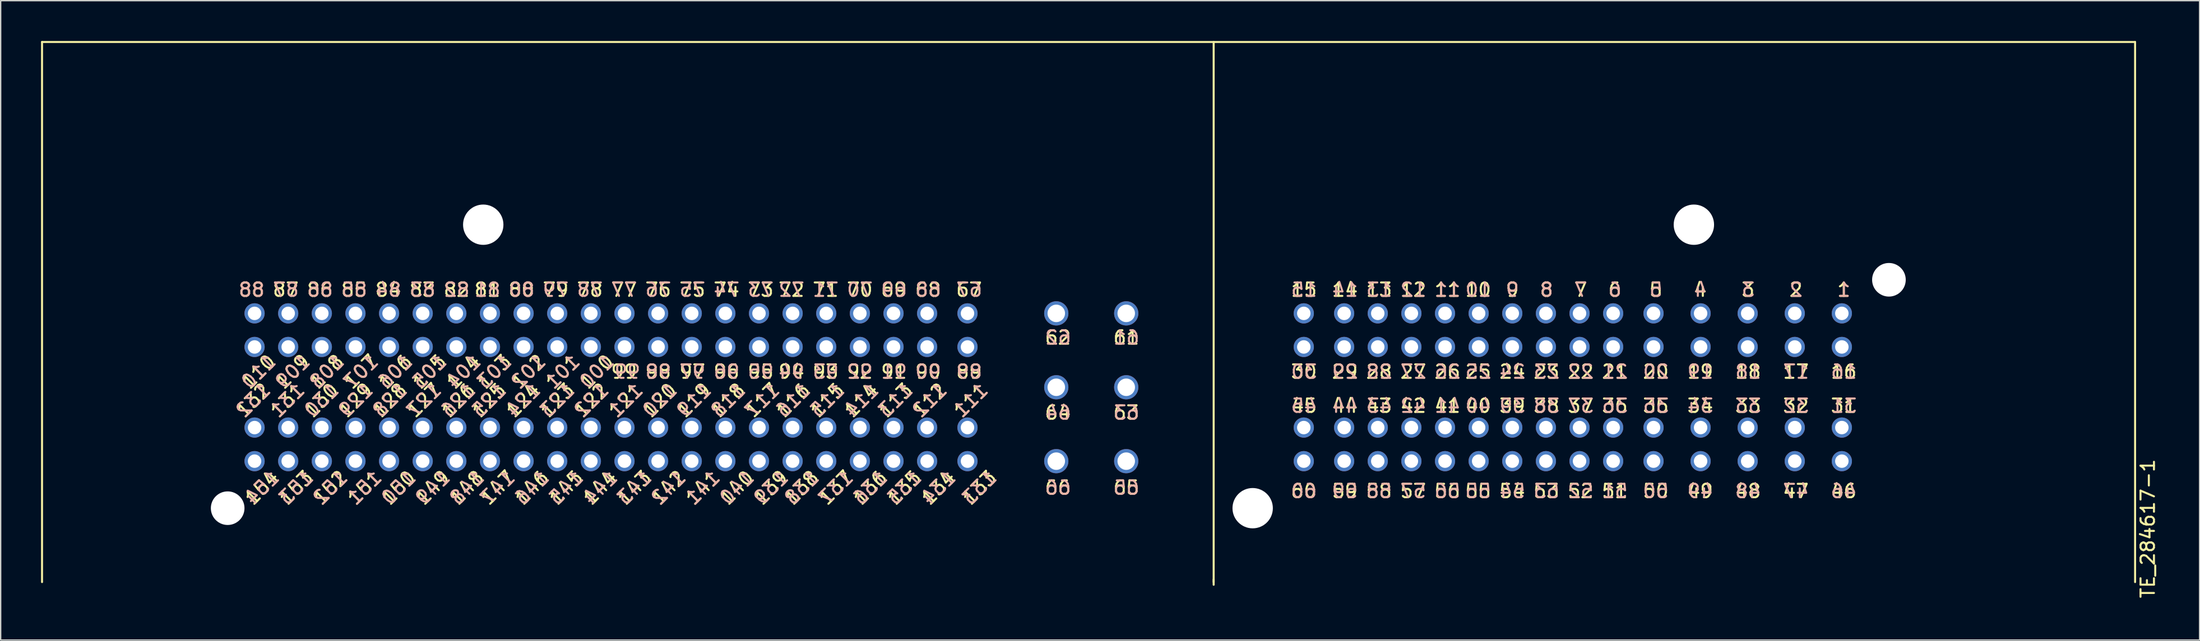
<source format=kicad_pcb>
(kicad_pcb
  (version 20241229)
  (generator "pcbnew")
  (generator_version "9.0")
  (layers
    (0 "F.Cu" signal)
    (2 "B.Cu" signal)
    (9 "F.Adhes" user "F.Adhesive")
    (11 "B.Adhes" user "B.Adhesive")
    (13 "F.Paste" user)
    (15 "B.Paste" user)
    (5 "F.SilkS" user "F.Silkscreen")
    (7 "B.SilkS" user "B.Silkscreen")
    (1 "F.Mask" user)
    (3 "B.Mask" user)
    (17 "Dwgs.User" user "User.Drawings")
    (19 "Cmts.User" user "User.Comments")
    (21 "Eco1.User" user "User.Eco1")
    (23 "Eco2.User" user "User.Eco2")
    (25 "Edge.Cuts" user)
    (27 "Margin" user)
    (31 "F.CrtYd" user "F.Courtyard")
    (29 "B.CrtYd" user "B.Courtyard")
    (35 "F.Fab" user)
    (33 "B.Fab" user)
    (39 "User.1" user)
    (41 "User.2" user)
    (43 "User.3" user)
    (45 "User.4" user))
  (footprint "TE_284617-1"
    (layer "F.Cu")
    (at 13.875 34.775)
    (property "Reference" "TE_284617-1" (at 142.748 1.524 270) (layer "F.SilkS") (effects (font (size 1 1) (thickness 0.15))))
    (fp_line (start -13.8 -34.7) (end -13.8 5.5) (stroke (width 0.15) (type solid)) (layer "F.SilkS"))
    (fp_line (start 73.3 5.5) (end 73.3 -34.7) (stroke (width 0.15) (type solid)) (layer "F.SilkS"))
    (fp_line (start 73.3 5.7) (end 73.3 5.3) (stroke (width 0.15) (type solid)) (layer "F.SilkS"))
    (fp_line (start 141.8 -34.7) (end -13.8 -34.7) (stroke (width 0.15) (type solid)) (layer "F.SilkS"))
    (fp_line (start 141.8 5.5) (end 141.8 -34.7) (stroke (width 0.15) (type solid)) (layer "F.SilkS"))
    (fp_text user "129" (at 9.51 -8.033 45) (unlocked yes) (layer "F.SilkS") (effects (font (size 1 1) (thickness 0.15))))
    (fp_text user "107" (at 9.906 -10.16 45) (unlocked yes) (layer "F.SilkS") (effects (font (size 1 1) (thickness 0.15))))
    (fp_text user "110" (at 2.286 -10.16 45) (unlocked yes) (layer "F.SilkS") (effects (font (size 1 1) (thickness 0.15))))
    (fp_text user "27" (at 88.138 -10.16 0) (unlocked yes) (layer "F.SilkS") (effects (font (size 1 1) (thickness 0.15))))
    (fp_text user "56" (at 90.668 -1.27 0) (unlocked yes) (layer "F.SilkS") (effects (font (size 1 1) (thickness 0.15))))
    (fp_text user "5" (at 106.172 -16.256 0) (unlocked yes) (layer "F.SilkS") (effects (font (size 1 1) (thickness 0.15))))
    (fp_text user "140" (at 37.846 -1.524 45) (unlocked yes) (layer "F.SilkS") (effects (font (size 1 1) (thickness 0.15))))
    (fp_text user "139" (at 40.386 -1.524 45) (unlocked yes) (layer "F.SilkS") (effects (font (size 1 1) (thickness 0.15))))
    (fp_text user "142" (at 32.766 -1.524 45) (unlocked yes) (layer "F.SilkS") (effects (font (size 1 1) (thickness 0.15))))
    (fp_text user "97" (at 34.544 -10.16 0) (unlocked yes) (layer "F.SilkS") (effects (font (size 1 1) (thickness 0.15))))
    (fp_text user "22" (at 100.584 -10.16 0) (unlocked yes) (layer "F.SilkS") (effects (font (size 1 1) (thickness 0.15))))
    (fp_text user "96" (at 37.084 -10.16 0) (unlocked yes) (layer "F.SilkS") (effects (font (size 1 1) (thickness 0.15))))
    (fp_text user "10" (at 92.964 -16.256 0) (unlocked yes) (layer "F.SilkS") (effects (font (size 1 1) (thickness 0.15))))
    (fp_text user "63" (at 66.802 -7.112 0) (unlocked yes) (layer "F.SilkS") (effects (font (size 1 1) (thickness 0.15))))
    (fp_text user "111" (at 55.23 -8.033 45) (unlocked yes) (layer "F.SilkS") (effects (font (size 1 1) (thickness 0.15))))
    (fp_text user "4" (at 109.474 -16.256 0) (unlocked yes) (layer "F.SilkS") (effects (font (size 1 1) (thickness 0.15))))
    (fp_text user "150" (at 12.7 -1.524 45) (unlocked yes) (layer "F.SilkS") (effects (font (size 1 1) (thickness 0.15))))
    (fp_text user "31" (at 120.142 -7.62 0) (unlocked yes) (layer "F.SilkS") (effects (font (size 1 1) (thickness 0.15))))
    (fp_text user "14" (at 83.058 -16.256 0) (unlocked yes) (layer "F.SilkS") (effects (font (size 1 1) (thickness 0.15))))
    (fp_text user "12" (at 88.138 -16.256 0) (unlocked yes) (layer "F.SilkS") (effects (font (size 1 1) (thickness 0.15))))
    (fp_text user "62" (at 61.722 -12.7 0) (unlocked yes) (layer "F.SilkS") (effects (font (size 1 1) (thickness 0.15))))
    (fp_text user "33" (at 113.03 -7.62 0) (unlocked yes) (layer "F.SilkS") (effects (font (size 1 1) (thickness 0.15))))
    (fp_text user "128" (at 12.05 -8.033 45) (unlocked yes) (layer "F.SilkS") (effects (font (size 1 1) (thickness 0.15))))
    (fp_text user "70" (at 46.99 -16.256 0) (unlocked yes) (layer "F.SilkS") (effects (font (size 1 1) (thickness 0.15))))
    (fp_text user "143" (at 30.226 -1.524 45) (unlocked yes) (layer "F.SilkS") (effects (font (size 1 1) (thickness 0.15))))
    (fp_text user "154" (at 2.54 -1.524 45) (unlocked yes) (layer "F.SilkS") (effects (font (size 1 1) (thickness 0.15))))
    (fp_text user "23" (at 98.044 -10.16 0) (unlocked yes) (layer "F.SilkS") (effects (font (size 1 1) (thickness 0.15))))
    (fp_text user "137" (at 45.212 -1.524 45) (unlocked yes) (layer "F.SilkS") (effects (font (size 1 1) (thickness 0.15))))
    (fp_text user "108" (at 7.366 -10.16 45) (unlocked yes) (layer "F.SilkS") (effects (font (size 1 1) (thickness 0.15))))
    (fp_text user "61" (at 66.802 -12.7 0) (unlocked yes) (layer "F.SilkS") (effects (font (size 1 1) (thickness 0.15))))
    (fp_text user "122" (at 27.036 -8.033 45) (unlocked yes) (layer "F.SilkS") (effects (font (size 1 1) (thickness 0.15))))
    (fp_text user "25" (at 92.964 -10.16 0) (unlocked yes) (layer "F.SilkS") (effects (font (size 1 1) (thickness 0.15))))
    (fp_text user "26" (at 90.678 -10.16 0) (unlocked yes) (layer "F.SilkS") (effects (font (size 1 1) (thickness 0.15))))
    (fp_text user "15" (at 80.01 -16.256 0) (unlocked yes) (layer "F.SilkS") (effects (font (size 1 1) (thickness 0.15))))
    (fp_text user "102" (at 22.352 -10.16 45) (unlocked yes) (layer "F.SilkS") (effects (font (size 1 1) (thickness 0.15))))
    (fp_text user "43" (at 85.598 -7.62 0) (unlocked yes) (layer "F.SilkS") (effects (font (size 1 1) (thickness 0.15))))
    (fp_text user "38" (at 98.044 -7.62 0) (unlocked yes) (layer "F.SilkS") (effects (font (size 1 1) (thickness 0.15))))
    (fp_text user "21" (at 103.124 -10.16 0) (unlocked yes) (layer "F.SilkS") (effects (font (size 1 1) (thickness 0.15))))
    (fp_text user "69" (at 49.53 -16.256 0) (unlocked yes) (layer "F.SilkS") (effects (font (size 1 1) (thickness 0.15))))
    (fp_text user "13" (at 85.598 -16.256 0) (unlocked yes) (layer "F.SilkS") (effects (font (size 1 1) (thickness 0.15))))
    (fp_text user "28" (at 85.598 -10.16 0) (unlocked yes) (layer "F.SilkS") (effects (font (size 1 1) (thickness 0.15))))
    (fp_text user "79" (at 24.384 -16.256 0) (unlocked yes) (layer "F.SilkS") (effects (font (size 1 1) (thickness 0.15))))
    (fp_text user "42" (at 88.138 -7.62 0) (unlocked yes) (layer "F.SilkS") (effects (font (size 1 1) (thickness 0.15))))
    (fp_text user "65" (at 66.802 -1.524 0) (unlocked yes) (layer "F.SilkS") (effects (font (size 1 1) (thickness 0.15))))
    (fp_text user "24" (at 95.504 -10.16 0) (unlocked yes) (layer "F.SilkS") (effects (font (size 1 1) (thickness 0.15))))
    (fp_text user "153" (at 5.08 -1.524 45) (unlocked yes) (layer "F.SilkS") (effects (font (size 1 1) (thickness 0.15))))
    (fp_text user "115" (at 44.562 -8.033 45) (unlocked yes) (layer "F.SilkS") (effects (font (size 1 1) (thickness 0.15))))
    (fp_text user "6" (at 103.124 -16.256 0) (unlocked yes) (layer "F.SilkS") (effects (font (size 1 1) (thickness 0.15))))
    (fp_text user "1" (at 120.142 -16.256 0) (unlocked yes) (layer "F.SilkS") (effects (font (size 1 1) (thickness 0.15))))
    (fp_text user "123" (at 24.496 -8.033 45) (unlocked yes) (layer "F.SilkS") (effects (font (size 1 1) (thickness 0.15))))
    (fp_text user "87" (at 4.318 -16.256 0) (unlocked yes) (layer "F.SilkS") (effects (font (size 1 1) (thickness 0.15))))
    (fp_text user "9" (at 95.504 -16.256 0) (unlocked yes) (layer "F.SilkS") (effects (font (size 1 1) (thickness 0.15))))
    (fp_text user "75" (at 34.544 -16.256 0) (unlocked yes) (layer "F.SilkS") (effects (font (size 1 1) (thickness 0.15))))
    (fp_text user "92" (at 46.99 -10.16 0) (unlocked yes) (layer "F.SilkS") (effects (font (size 1 1) (thickness 0.15))))
    (fp_text user "134" (at 52.832 -1.524 45) (unlocked yes) (layer "F.SilkS") (effects (font (size 1 1) (thickness 0.15))))
    (fp_text user "112" (at 52.182 -8.033 45) (unlocked yes) (layer "F.SilkS") (effects (font (size 1 1) (thickness 0.15))))
    (fp_text user "48" (at 113.02 -1.27 0) (unlocked yes) (layer "F.SilkS") (effects (font (size 1 1) (thickness 0.15))))
    (fp_text user "3" (at 113.03 -16.256 0) (unlocked yes) (layer "F.SilkS") (effects (font (size 1 1) (thickness 0.15))))
    (fp_text user "2" (at 116.586 -16.256 0) (unlocked yes) (layer "F.SilkS") (effects (font (size 1 1) (thickness 0.15))))
    (fp_text user "126" (at 17.13 -8.033 45) (unlocked yes) (layer "F.SilkS") (effects (font (size 1 1) (thickness 0.15))))
    (fp_text user "148" (at 17.78 -1.524 45) (unlocked yes) (layer "F.SilkS") (effects (font (size 1 1) (thickness 0.15))))
    (fp_text user "46" (at 120.132 -1.27 0) (unlocked yes) (layer "F.SilkS") (effects (font (size 1 1) (thickness 0.15))))
    (fp_text user "53" (at 98.034 -1.27 0) (unlocked yes) (layer "F.SilkS") (effects (font (size 1 1) (thickness 0.15))))
    (fp_text user "51" (at 103.114 -1.27 0) (unlocked yes) (layer "F.SilkS") (effects (font (size 1 1) (thickness 0.15))))
    (fp_text user "71" (at 44.45 -16.256 0) (unlocked yes) (layer "F.SilkS") (effects (font (size 1 1) (thickness 0.15))))
    (fp_text user "135" (at 50.292 -1.524 45) (unlocked yes) (layer "F.SilkS") (effects (font (size 1 1) (thickness 0.15))))
    (fp_text user "29" (at 83.058 -10.16 0) (unlocked yes) (layer "F.SilkS") (effects (font (size 1 1) (thickness 0.15))))
    (fp_text user "66" (at 61.722 -1.524 0) (unlocked yes) (layer "F.SilkS") (effects (font (size 1 1) (thickness 0.15))))
    (fp_text user "146" (at 22.606 -1.524 45) (unlocked yes) (layer "F.SilkS") (effects (font (size 1 1) (thickness 0.15))))
    (fp_text user "119" (at 34.656 -8.033 45) (unlocked yes) (layer "F.SilkS") (effects (font (size 1 1) (thickness 0.15))))
    (fp_text user "80" (at 21.844 -16.256 0) (unlocked yes) (layer "F.SilkS") (effects (font (size 1 1) (thickness 0.15))))
    (fp_text user "101" (at 24.892 -10.16 45) (unlocked yes) (layer "F.SilkS") (effects (font (size 1 1) (thickness 0.15))))
    (fp_text user "81" (at 19.304 -16.256 0) (unlocked yes) (layer "F.SilkS") (effects (font (size 1 1) (thickness 0.15))))
    (fp_text user "152" (at 7.62 -1.524 45) (unlocked yes) (layer "F.SilkS") (effects (font (size 1 1) (thickness 0.15))))
    (fp_text user "149" (at 15.24 -1.524 45) (unlocked yes) (layer "F.SilkS") (effects (font (size 1 1) (thickness 0.15))))
    (fp_text user "99" (at 29.464 -10.16 0) (unlocked yes) (layer "F.SilkS") (effects (font (size 1 1) (thickness 0.15))))
    (fp_text user "82" (at 17.018 -16.256 0) (unlocked yes) (layer "F.SilkS") (effects (font (size 1 1) (thickness 0.15))))
    (fp_text user "100" (at 27.432 -10.16 45) (unlocked yes) (layer "F.SilkS") (effects (font (size 1 1) (thickness 0.15))))
    (fp_text user "49" (at 109.464 -1.27 0) (unlocked yes) (layer "F.SilkS") (effects (font (size 1 1) (thickness 0.15))))
    (fp_text user "98" (at 32.004 -10.16 0) (unlocked yes) (layer "F.SilkS") (effects (font (size 1 1) (thickness 0.15))))
    (fp_text user "124" (at 21.956 -8.033 45) (unlocked yes) (layer "F.SilkS") (effects (font (size 1 1) (thickness 0.15))))
    (fp_text user "147" (at 20.066 -1.524 45) (unlocked yes) (layer "F.SilkS") (effects (font (size 1 1) (thickness 0.15))))
    (fp_text user "40" (at 92.964 -7.62 0) (unlocked yes) (layer "F.SilkS") (effects (font (size 1 1) (thickness 0.15))))
    (fp_text user "95" (at 39.624 -10.16 0) (unlocked yes) (layer "F.SilkS") (effects (font (size 1 1) (thickness 0.15))))
    (fp_text user "106" (at 12.446 -10.16 45) (unlocked yes) (layer "F.SilkS") (effects (font (size 1 1) (thickness 0.15))))
    (fp_text user "34" (at 109.474 -7.62 0) (unlocked yes) (layer "F.SilkS") (effects (font (size 1 1) (thickness 0.15))))
    (fp_text user "151" (at 10.16 -1.524 45) (unlocked yes) (layer "F.SilkS") (effects (font (size 1 1) (thickness 0.15))))
    (fp_text user "8" (at 98.044 -16.256 0) (unlocked yes) (layer "F.SilkS") (effects (font (size 1 1) (thickness 0.15))))
    (fp_text user "74" (at 37.084 -16.256 0) (unlocked yes) (layer "F.SilkS") (effects (font (size 1 1) (thickness 0.15))))
    (fp_text user "72" (at 41.91 -16.256 0) (unlocked yes) (layer "F.SilkS") (effects (font (size 1 1) (thickness 0.15))))
    (fp_text user "59" (at 83.048 -1.27 0) (unlocked yes) (layer "F.SilkS") (effects (font (size 1 1) (thickness 0.15))))
    (fp_text user "16" (at 120.142 -10.16 0) (unlocked yes) (layer "F.SilkS") (effects (font (size 1 1) (thickness 0.15))))
    (fp_text user "20" (at 106.172 -10.16 0) (unlocked yes) (layer "F.SilkS") (effects (font (size 1 1) (thickness 0.15))))
    (fp_text user "109" (at 4.826 -10.16 45) (unlocked yes) (layer "F.SilkS") (effects (font (size 1 1) (thickness 0.15))))
    (fp_text user "104" (at 17.526 -10.16 45) (unlocked yes) (layer "F.SilkS") (effects (font (size 1 1) (thickness 0.15))))
    (fp_text user "57" (at 88.128 -1.27 0) (unlocked yes) (layer "F.SilkS") (effects (font (size 1 1) (thickness 0.15))))
    (fp_text user "67" (at 55.118 -16.256 0) (unlocked yes) (layer "F.SilkS") (effects (font (size 1 1) (thickness 0.15))))
    (fp_text user "90" (at 52.07 -10.16 0) (unlocked yes) (layer "F.SilkS") (effects (font (size 1 1) (thickness 0.15))))
    (fp_text user "117" (at 39.736 -8.033 45) (unlocked yes) (layer "F.SilkS") (effects (font (size 1 1) (thickness 0.15))))
    (fp_text user "116" (at 42.022 -8.033 45) (unlocked yes) (layer "F.SilkS") (effects (font (size 1 1) (thickness 0.15))))
    (fp_text user "86" (at 6.858 -16.256 0) (unlocked yes) (layer "F.SilkS") (effects (font (size 1 1) (thickness 0.15))))
    (fp_text user "78" (at 26.924 -16.256 0) (unlocked yes) (layer "F.SilkS") (effects (font (size 1 1) (thickness 0.15))))
    (fp_text user "88" (at 1.778 -16.256 0) (unlocked yes) (layer "F.SilkS") (effects (font (size 1 1) (thickness 0.15))))
    (fp_text user "19" (at 109.474 -10.16 0) (unlocked yes) (layer "F.SilkS") (effects (font (size 1 1) (thickness 0.15))))
    (fp_text user "18" (at 113.03 -10.16 0) (unlocked yes) (layer "F.SilkS") (effects (font (size 1 1) (thickness 0.15))))
    (fp_text user "125" (at 19.416 -8.033 45) (unlocked yes) (layer "F.SilkS") (effects (font (size 1 1) (thickness 0.15))))
    (fp_text user "41" (at 90.678 -7.62 0) (unlocked yes) (layer "F.SilkS") (effects (font (size 1 1) (thickness 0.15))))
    (fp_text user "127" (at 14.59 -8.033 45) (unlocked yes) (layer "F.SilkS") (effects (font (size 1 1) (thickness 0.15))))
    (fp_text user "93" (at 44.45 -10.16 0) (unlocked yes) (layer "F.SilkS") (effects (font (size 1 1) (thickness 0.15))))
    (fp_text user "145" (at 25.146 -1.524 45) (unlocked yes) (layer "F.SilkS") (effects (font (size 1 1) (thickness 0.15))))
    (fp_text user "68" (at 52.07 -16.256 0) (unlocked yes) (layer "F.SilkS") (effects (font (size 1 1) (thickness 0.15))))
    (fp_text user "141" (at 35.306 -1.524 45) (unlocked yes) (layer "F.SilkS") (effects (font (size 1 1) (thickness 0.15))))
    (fp_text user "131" (at 4.43 -8.033 45) (unlocked yes) (layer "F.SilkS") (effects (font (size 1 1) (thickness 0.15))))
    (fp_text user "17" (at 116.586 -10.16 0) (unlocked yes) (layer "F.SilkS") (effects (font (size 1 1) (thickness 0.15))))
    (fp_text user "105" (at 14.986 -10.16 45) (unlocked yes) (layer "F.SilkS") (effects (font (size 1 1) (thickness 0.15))))
    (fp_text user "52" (at 100.574 -1.27 0) (unlocked yes) (layer "F.SilkS") (effects (font (size 1 1) (thickness 0.15))))
    (fp_text user "39" (at 95.504 -7.62 0) (unlocked yes) (layer "F.SilkS") (effects (font (size 1 1) (thickness 0.15))))
    (fp_text user "133" (at 55.88 -1.524 45) (unlocked yes) (layer "F.SilkS") (effects (font (size 1 1) (thickness 0.15))))
    (fp_text user "130" (at 6.97 -8.033 45) (unlocked yes) (layer "F.SilkS") (effects (font (size 1 1) (thickness 0.15))))
    (fp_text user "113" (at 49.642 -8.033 45) (unlocked yes) (layer "F.SilkS") (effects (font (size 1 1) (thickness 0.15))))
    (fp_text user "84" (at 11.938 -16.256 0) (unlocked yes) (layer "F.SilkS") (effects (font (size 1 1) (thickness 0.15))))
    (fp_text user "91" (at 49.53 -10.16 0) (unlocked yes) (layer "F.SilkS") (effects (font (size 1 1) (thickness 0.15))))
    (fp_text user "60" (at 80 -1.27 0) (unlocked yes) (layer "F.SilkS") (effects (font (size 1 1) (thickness 0.15))))
    (fp_text user "44" (at 83.058 -7.62 0) (unlocked yes) (layer "F.SilkS") (effects (font (size 1 1) (thickness 0.15))))
    (fp_text user "136" (at 47.752 -1.524 45) (unlocked yes) (layer "F.SilkS") (effects (font (size 1 1) (thickness 0.15))))
    (fp_text user "45" (at 80.01 -7.62 0) (unlocked yes) (layer "F.SilkS") (effects (font (size 1 1) (thickness 0.15))))
    (fp_text user "121" (at 29.576 -8.033 45) (unlocked yes) (layer "F.SilkS") (effects (font (size 1 1) (thickness 0.15))))
    (fp_text user "83" (at 14.478 -16.256 0) (unlocked yes) (layer "F.SilkS") (effects (font (size 1 1) (thickness 0.15))))
    (fp_text user "30" (at 80.01 -10.16 0) (unlocked yes) (layer "F.SilkS") (effects (font (size 1 1) (thickness 0.15))))
    (fp_text user "132" (at 1.89 -8.033 45) (unlocked yes) (layer "F.SilkS") (effects (font (size 1 1) (thickness 0.15))))
    (fp_text user "85" (at 9.398 -16.256 0) (unlocked yes) (layer "F.SilkS") (effects (font (size 1 1) (thickness 0.15))))
    (fp_text user "64" (at 61.722 -7.112 0) (unlocked yes) (layer "F.SilkS") (effects (font (size 1 1) (thickness 0.15))))
    (fp_text user "76" (at 32.004 -16.256 0) (unlocked yes) (layer "F.SilkS") (effects (font (size 1 1) (thickness 0.15))))
    (fp_text user "114" (at 47.102 -8.033 45) (unlocked yes) (layer "F.SilkS") (effects (font (size 1 1) (thickness 0.15))))
    (fp_text user "118" (at 37.196 -8.033 45) (unlocked yes) (layer "F.SilkS") (effects (font (size 1 1) (thickness 0.15))))
    (fp_text user "120" (at 32.116 -8.033 45) (unlocked yes) (layer "F.SilkS") (effects (font (size 1 1) (thickness 0.15))))
    (fp_text user "7" (at 100.584 -16.256 0) (unlocked yes) (layer "F.SilkS") (effects (font (size 1 1) (thickness 0.15))))
    (fp_text user "73" (at 39.624 -16.256 0) (unlocked yes) (layer "F.SilkS") (effects (font (size 1 1) (thickness 0.15))))
    (fp_text user "35" (at 106.172 -7.62 0) (unlocked yes) (layer "F.SilkS") (effects (font (size 1 1) (thickness 0.15))))
    (fp_text user "138" (at 42.672 -1.524 45) (unlocked yes) (layer "F.SilkS") (effects (font (size 1 1) (thickness 0.15))))
    (fp_text user "32" (at 116.586 -7.62 0) (unlocked yes) (layer "F.SilkS") (effects (font (size 1 1) (thickness 0.15))))
    (fp_text user "103" (at 19.812 -10.16 45) (unlocked yes) (layer "F.SilkS") (effects (font (size 1 1) (thickness 0.15))))
    (fp_text user "54" (at 95.494 -1.27 0) (unlocked yes) (layer "F.SilkS") (effects (font (size 1 1) (thickness 0.15))))
    (fp_text user "37" (at 100.584 -7.62 0) (unlocked yes) (layer "F.SilkS") (effects (font (size 1 1) (thickness 0.15))))
    (fp_text user "50" (at 106.162 -1.27 0) (unlocked yes) (layer "F.SilkS") (effects (font (size 1 1) (thickness 0.15))))
    (fp_text user "94" (at 41.91 -10.16 0) (unlocked yes) (layer "F.SilkS") (effects (font (size 1 1) (thickness 0.15))))
    (fp_text user "58" (at 85.588 -1.27 0) (unlocked yes) (layer "F.SilkS") (effects (font (size 1 1) (thickness 0.15))))
    (fp_text user "89" (at 55.118 -10.16 0) (unlocked yes) (layer "F.SilkS") (effects (font (size 1 1) (thickness 0.15))))
    (fp_text user "36" (at 103.124 -7.62 0) (unlocked yes) (layer "F.SilkS") (effects (font (size 1 1) (thickness 0.15))))
    (fp_text user "47" (at 116.576 -1.27 0) (unlocked yes) (layer "F.SilkS") (effects (font (size 1 1) (thickness 0.15))))
    (fp_text user "55" (at 92.954 -1.27 0) (unlocked yes) (layer "F.SilkS") (effects (font (size 1 1) (thickness 0.15))))
    (fp_text user "11" (at 90.678 -16.256 0) (unlocked yes) (layer "F.SilkS") (effects (font (size 1 1) (thickness 0.15))))
    (fp_text user "77" (at 29.464 -16.256 0) (unlocked yes) (layer "F.SilkS") (effects (font (size 1 1) (thickness 0.15))))
    (fp_text user "144" (at 27.686 -1.524 45) (unlocked yes) (layer "F.SilkS") (effects (font (size 1 1) (thickness 0.15))))
    (fp_text user "61" (at 66.812 -12.7 0) (unlocked yes) (layer "B.SilkS") (effects (font (size 1 1) (thickness 0.15)) (justify mirror)))
    (fp_text user "18" (at 113.04 -10.16 0) (unlocked yes) (layer "B.SilkS") (effects (font (size 1 1) (thickness 0.15)) (justify mirror)))
    (fp_text user "55" (at 92.964 -1.27 0) (unlocked yes) (layer "B.SilkS") (effects (font (size 1 1) (thickness 0.15)) (justify mirror)))
    (fp_text user "148" (at 17.79 -1.524 45) (unlocked yes) (layer "B.SilkS") (effects (font (size 1 1) (thickness 0.15)) (justify mirror)))
    (fp_text user "8" (at 98.054 -16.256 0) (unlocked yes) (layer "B.SilkS") (effects (font (size 1 1) (thickness 0.15)) (justify mirror)))
    (fp_text user "48" (at 113.03 -1.27 0) (unlocked yes) (layer "B.SilkS") (effects (font (size 1 1) (thickness 0.15)) (justify mirror)))
    (fp_text user "133" (at 55.89 -1.524 45) (unlocked yes) (layer "B.SilkS") (effects (font (size 1 1) (thickness 0.15)) (justify mirror)))
    (fp_text user "28" (at 85.608 -10.16 0) (unlocked yes) (layer "B.SilkS") (effects (font (size 1 1) (thickness 0.15)) (justify mirror)))
    (fp_text user "85" (at 9.408 -16.256 0) (unlocked yes) (layer "B.SilkS") (effects (font (size 1 1) (thickness 0.15)) (justify mirror)))
    (fp_text user "151" (at 10.17 -1.524 45) (unlocked yes) (layer "B.SilkS") (effects (font (size 1 1) (thickness 0.15)) (justify mirror)))
    (fp_text user "120" (at 32.126 -8.033 45) (unlocked yes) (layer "B.SilkS") (effects (font (size 1 1) (thickness 0.15)) (justify mirror)))
    (fp_text user "53" (at 98.044 -1.27 0) (unlocked yes) (layer "B.SilkS") (effects (font (size 1 1) (thickness 0.15)) (justify mirror)))
    (fp_text user "65" (at 66.812 -1.524 0) (unlocked yes) (layer "B.SilkS") (effects (font (size 1 1) (thickness 0.15)) (justify mirror)))
    (fp_text user "68" (at 52.08 -16.256 0) (unlocked yes) (layer "B.SilkS") (effects (font (size 1 1) (thickness 0.15)) (justify mirror)))
    (fp_text user "101" (at 24.902 -10.16 45) (unlocked yes) (layer "B.SilkS") (effects (font (size 1 1) (thickness 0.15)) (justify mirror)))
    (fp_text user "60" (at 80.01 -1.27 0) (unlocked yes) (layer "B.SilkS") (effects (font (size 1 1) (thickness 0.15)) (justify mirror)))
    (fp_text user "41" (at 90.688 -7.62 0) (unlocked yes) (layer "B.SilkS") (effects (font (size 1 1) (thickness 0.15)) (justify mirror)))
    (fp_text user "32" (at 116.596 -7.62 0) (unlocked yes) (layer "B.SilkS") (effects (font (size 1 1) (thickness 0.15)) (justify mirror)))
    (fp_text user "22" (at 100.594 -10.16 0) (unlocked yes) (layer "B.SilkS") (effects (font (size 1 1) (thickness 0.15)) (justify mirror)))
    (fp_text user "44" (at 83.068 -7.62 0) (unlocked yes) (layer "B.SilkS") (effects (font (size 1 1) (thickness 0.15)) (justify mirror)))
    (fp_text user "150" (at 12.71 -1.524 45) (unlocked yes) (layer "B.SilkS") (effects (font (size 1 1) (thickness 0.15)) (justify mirror)))
    (fp_text user "98" (at 32.014 -10.16 0) (unlocked yes) (layer "B.SilkS") (effects (font (size 1 1) (thickness 0.15)) (justify mirror)))
    (fp_text user "154" (at 2.55 -1.524 45) (unlocked yes) (layer "B.SilkS") (effects (font (size 1 1) (thickness 0.15)) (justify mirror)))
    (fp_text user "81" (at 19.314 -16.256 0) (unlocked yes) (layer "B.SilkS") (effects (font (size 1 1) (thickness 0.15)) (justify mirror)))
    (fp_text user "116" (at 42.032 -8.033 45) (unlocked yes) (layer "B.SilkS") (effects (font (size 1 1) (thickness 0.15)) (justify mirror)))
    (fp_text user "100" (at 27.442 -10.16 45) (unlocked yes) (layer "B.SilkS") (effects (font (size 1 1) (thickness 0.15)) (justify mirror)))
    (fp_text user "132" (at 1.9 -8.033 45) (unlocked yes) (layer "B.SilkS") (effects (font (size 1 1) (thickness 0.15)) (justify mirror)))
    (fp_text user "67" (at 55.128 -16.256 0) (unlocked yes) (layer "B.SilkS") (effects (font (size 1 1) (thickness 0.15)) (justify mirror)))
    (fp_text user "153" (at 5.09 -1.524 45) (unlocked yes) (layer "B.SilkS") (effects (font (size 1 1) (thickness 0.15)) (justify mirror)))
    (fp_text user "104" (at 17.536 -10.16 45) (unlocked yes) (layer "B.SilkS") (effects (font (size 1 1) (thickness 0.15)) (justify mirror)))
    (fp_text user "119" (at 34.666 -8.033 45) (unlocked yes) (layer "B.SilkS") (effects (font (size 1 1) (thickness 0.15)) (justify mirror)))
    (fp_text user "25" (at 92.974 -10.16 0) (unlocked yes) (layer "B.SilkS") (effects (font (size 1 1) (thickness 0.15)) (justify mirror)))
    (fp_text user "137" (at 45.222 -1.524 45) (unlocked yes) (layer "B.SilkS") (effects (font (size 1 1) (thickness 0.15)) (justify mirror)))
    (fp_text user "109" (at 4.836 -10.16 45) (unlocked yes) (layer "B.SilkS") (effects (font (size 1 1) (thickness 0.15)) (justify mirror)))
    (fp_text user "26" (at 90.688 -10.16 0) (unlocked yes) (layer "B.SilkS") (effects (font (size 1 1) (thickness 0.15)) (justify mirror)))
    (fp_text user "92" (at 47 -10.16 0) (unlocked yes) (layer "B.SilkS") (effects (font (size 1 1) (thickness 0.15)) (justify mirror)))
    (fp_text user "129" (at 9.52 -8.033 45) (unlocked yes) (layer "B.SilkS") (effects (font (size 1 1) (thickness 0.15)) (justify mirror)))
    (fp_text user "37" (at 100.594 -7.62 0) (unlocked yes) (layer "B.SilkS") (effects (font (size 1 1) (thickness 0.15)) (justify mirror)))
    (fp_text user "10" (at 92.974 -16.256 0) (unlocked yes) (layer "B.SilkS") (effects (font (size 1 1) (thickness 0.15)) (justify mirror)))
    (fp_text user "117" (at 39.746 -8.033 45) (unlocked yes) (layer "B.SilkS") (effects (font (size 1 1) (thickness 0.15)) (justify mirror)))
    (fp_text user "14" (at 83.068 -16.256 0) (unlocked yes) (layer "B.SilkS") (effects (font (size 1 1) (thickness 0.15)) (justify mirror)))
    (fp_text user "79" (at 24.394 -16.256 0) (unlocked yes) (layer "B.SilkS") (effects (font (size 1 1) (thickness 0.15)) (justify mirror)))
    (fp_text user "6" (at 103.134 -16.256 0) (unlocked yes) (layer "B.SilkS") (effects (font (size 1 1) (thickness 0.15)) (justify mirror)))
    (fp_text user "54" (at 95.504 -1.27 0) (unlocked yes) (layer "B.SilkS") (effects (font (size 1 1) (thickness 0.15)) (justify mirror)))
    (fp_text user "123" (at 24.506 -8.033 45) (unlocked yes) (layer "B.SilkS") (effects (font (size 1 1) (thickness 0.15)) (justify mirror)))
    (fp_text user "86" (at 6.868 -16.256 0) (unlocked yes) (layer "B.SilkS") (effects (font (size 1 1) (thickness 0.15)) (justify mirror)))
    (fp_text user "134" (at 52.842 -1.524 45) (unlocked yes) (layer "B.SilkS") (effects (font (size 1 1) (thickness 0.15)) (justify mirror)))
    (fp_text user "5" (at 106.182 -16.256 0) (unlocked yes) (layer "B.SilkS") (effects (font (size 1 1) (thickness 0.15)) (justify mirror)))
    (fp_text user "47" (at 116.586 -1.27 0) (unlocked yes) (layer "B.SilkS") (effects (font (size 1 1) (thickness 0.15)) (justify mirror)))
    (fp_text user "35" (at 106.182 -7.62 0) (unlocked yes) (layer "B.SilkS") (effects (font (size 1 1) (thickness 0.15)) (justify mirror)))
    (fp_text user "24" (at 95.514 -10.16 0) (unlocked yes) (layer "B.SilkS") (effects (font (size 1 1) (thickness 0.15)) (justify mirror)))
    (fp_text user "4" (at 109.484 -16.256 0) (unlocked yes) (layer "B.SilkS") (effects (font (size 1 1) (thickness 0.15)) (justify mirror)))
    (fp_text user "9" (at 95.514 -16.256 0) (unlocked yes) (layer "B.SilkS") (effects (font (size 1 1) (thickness 0.15)) (justify mirror)))
    (fp_text user "93" (at 44.46 -10.16 0) (unlocked yes) (layer "B.SilkS") (effects (font (size 1 1) (thickness 0.15)) (justify mirror)))
    (fp_text user "13" (at 85.608 -16.256 0) (unlocked yes) (layer "B.SilkS") (effects (font (size 1 1) (thickness 0.15)) (justify mirror)))
    (fp_text user "106" (at 12.456 -10.16 45) (unlocked yes) (layer "B.SilkS") (effects (font (size 1 1) (thickness 0.15)) (justify mirror)))
    (fp_text user "38" (at 98.054 -7.62 0) (unlocked yes) (layer "B.SilkS") (effects (font (size 1 1) (thickness 0.15)) (justify mirror)))
    (fp_text user "94" (at 41.92 -10.16 0) (unlocked yes) (layer "B.SilkS") (effects (font (size 1 1) (thickness 0.15)) (justify mirror)))
    (fp_text user "122" (at 27.046 -8.033 45) (unlocked yes) (layer "B.SilkS") (effects (font (size 1 1) (thickness 0.15)) (justify mirror)))
    (fp_text user "75" (at 34.554 -16.256 0) (unlocked yes) (layer "B.SilkS") (effects (font (size 1 1) (thickness 0.15)) (justify mirror)))
    (fp_text user "136" (at 47.762 -1.524 45) (unlocked yes) (layer "B.SilkS") (effects (font (size 1 1) (thickness 0.15)) (justify mirror)))
    (fp_text user "87" (at 4.328 -16.256 0) (unlocked yes) (layer "B.SilkS") (effects (font (size 1 1) (thickness 0.15)) (justify mirror)))
    (fp_text user "23" (at 98.054 -10.16 0) (unlocked yes) (layer "B.SilkS") (effects (font (size 1 1) (thickness 0.15)) (justify mirror)))
    (fp_text user "146" (at 22.616 -1.524 45) (unlocked yes) (layer "B.SilkS") (effects (font (size 1 1) (thickness 0.15)) (justify mirror)))
    (fp_text user "145" (at 25.156 -1.524 45) (unlocked yes) (layer "B.SilkS") (effects (font (size 1 1) (thickness 0.15)) (justify mirror)))
    (fp_text user "103" (at 19.822 -10.16 45) (unlocked yes) (layer "B.SilkS") (effects (font (size 1 1) (thickness 0.15)) (justify mirror)))
    (fp_text user "62" (at 61.732 -12.7 0) (unlocked yes) (layer "B.SilkS") (effects (font (size 1 1) (thickness 0.15)) (justify mirror)))
    (fp_text user "1" (at 120.152 -16.256 0) (unlocked yes) (layer "B.SilkS") (effects (font (size 1 1) (thickness 0.15)) (justify mirror)))
    (fp_text user "102" (at 22.362 -10.16 45) (unlocked yes) (layer "B.SilkS") (effects (font (size 1 1) (thickness 0.15)) (justify mirror)))
    (fp_text user "42" (at 88.148 -7.62 0) (unlocked yes) (layer "B.SilkS") (effects (font (size 1 1) (thickness 0.15)) (justify mirror)))
    (fp_text user "70" (at 47 -16.256 0) (unlocked yes) (layer "B.SilkS") (effects (font (size 1 1) (thickness 0.15)) (justify mirror)))
    (fp_text user "73" (at 39.634 -16.256 0) (unlocked yes) (layer "B.SilkS") (effects (font (size 1 1) (thickness 0.15)) (justify mirror)))
    (fp_text user "83" (at 14.488 -16.256 0) (unlocked yes) (layer "B.SilkS") (effects (font (size 1 1) (thickness 0.15)) (justify mirror)))
    (fp_text user "11" (at 90.688 -16.256 0) (unlocked yes) (layer "B.SilkS") (effects (font (size 1 1) (thickness 0.15)) (justify mirror)))
    (fp_text user "108" (at 7.376 -10.16 45) (unlocked yes) (layer "B.SilkS") (effects (font (size 1 1) (thickness 0.15)) (justify mirror)))
    (fp_text user "66" (at 61.732 -1.524 0) (unlocked yes) (layer "B.SilkS") (effects (font (size 1 1) (thickness 0.15)) (justify mirror)))
    (fp_text user "90" (at 52.08 -10.16 0) (unlocked yes) (layer "B.SilkS") (effects (font (size 1 1) (thickness 0.15)) (justify mirror)))
    (fp_text user "88" (at 1.788 -16.256 0) (unlocked yes) (layer "B.SilkS") (effects (font (size 1 1) (thickness 0.15)) (justify mirror)))
    (fp_text user "34" (at 109.484 -7.62 0) (unlocked yes) (layer "B.SilkS") (effects (font (size 1 1) (thickness 0.15)) (justify mirror)))
    (fp_text user "57" (at 88.138 -1.27 0) (unlocked yes) (layer "B.SilkS") (effects (font (size 1 1) (thickness 0.15)) (justify mirror)))
    (fp_text user "128" (at 12.06 -8.033 45) (unlocked yes) (layer "B.SilkS") (effects (font (size 1 1) (thickness 0.15)) (justify mirror)))
    (fp_text user "125" (at 19.426 -8.033 45) (unlocked yes) (layer "B.SilkS") (effects (font (size 1 1) (thickness 0.15)) (justify mirror)))
    (fp_text user "74" (at 37.094 -16.256 0) (unlocked yes) (layer "B.SilkS") (effects (font (size 1 1) (thickness 0.15)) (justify mirror)))
    (fp_text user "130" (at 6.98 -8.033 45) (unlocked yes) (layer "B.SilkS") (effects (font (size 1 1) (thickness 0.15)) (justify mirror)))
    (fp_text user "45" (at 80.02 -7.62 0) (unlocked yes) (layer "B.SilkS") (effects (font (size 1 1) (thickness 0.15)) (justify mirror)))
    (fp_text user "110" (at 2.296 -10.16 45) (unlocked yes) (layer "B.SilkS") (effects (font (size 1 1) (thickness 0.15)) (justify mirror)))
    (fp_text user "89" (at 55.128 -10.16 0) (unlocked yes) (layer "B.SilkS") (effects (font (size 1 1) (thickness 0.15)) (justify mirror)))
    (fp_text user "118" (at 37.206 -8.033 45) (unlocked yes) (layer "B.SilkS") (effects (font (size 1 1) (thickness 0.15)) (justify mirror)))
    (fp_text user "115" (at 44.572 -8.033 45) (unlocked yes) (layer "B.SilkS") (effects (font (size 1 1) (thickness 0.15)) (justify mirror)))
    (fp_text user "29" (at 83.068 -10.16 0) (unlocked yes) (layer "B.SilkS") (effects (font (size 1 1) (thickness 0.15)) (justify mirror)))
    (fp_text user "121" (at 29.586 -8.033 45) (unlocked yes) (layer "B.SilkS") (effects (font (size 1 1) (thickness 0.15)) (justify mirror)))
    (fp_text user "142" (at 32.776 -1.524 45) (unlocked yes) (layer "B.SilkS") (effects (font (size 1 1) (thickness 0.15)) (justify mirror)))
    (fp_text user "7" (at 100.594 -16.256 0) (unlocked yes) (layer "B.SilkS") (effects (font (size 1 1) (thickness 0.15)) (justify mirror)))
    (fp_text user "124" (at 21.966 -8.033 45) (unlocked yes) (layer "B.SilkS") (effects (font (size 1 1) (thickness 0.15)) (justify mirror)))
    (fp_text user "84" (at 11.948 -16.256 0) (unlocked yes) (layer "B.SilkS") (effects (font (size 1 1) (thickness 0.15)) (justify mirror)))
    (fp_text user "52" (at 100.584 -1.27 0) (unlocked yes) (layer "B.SilkS") (effects (font (size 1 1) (thickness 0.15)) (justify mirror)))
    (fp_text user "91" (at 49.54 -10.16 0) (unlocked yes) (layer "B.SilkS") (effects (font (size 1 1) (thickness 0.15)) (justify mirror)))
    (fp_text user "141" (at 35.316 -1.524 45) (unlocked yes) (layer "B.SilkS") (effects (font (size 1 1) (thickness 0.15)) (justify mirror)))
    (fp_text user "27" (at 88.148 -10.16 0) (unlocked yes) (layer "B.SilkS") (effects (font (size 1 1) (thickness 0.15)) (justify mirror)))
    (fp_text user "78" (at 26.934 -16.256 0) (unlocked yes) (layer "B.SilkS") (effects (font (size 1 1) (thickness 0.15)) (justify mirror)))
    (fp_text user "143" (at 30.236 -1.524 45) (unlocked yes) (layer "B.SilkS") (effects (font (size 1 1) (thickness 0.15)) (justify mirror)))
    (fp_text user "30" (at 80.02 -10.16 0) (unlocked yes) (layer "B.SilkS") (effects (font (size 1 1) (thickness 0.15)) (justify mirror)))
    (fp_text user "51" (at 103.124 -1.27 0) (unlocked yes) (layer "B.SilkS") (effects (font (size 1 1) (thickness 0.15)) (justify mirror)))
    (fp_text user "17" (at 116.596 -10.16 0) (unlocked yes) (layer "B.SilkS") (effects (font (size 1 1) (thickness 0.15)) (justify mirror)))
    (fp_text user "135" (at 50.302 -1.524 45) (unlocked yes) (layer "B.SilkS") (effects (font (size 1 1) (thickness 0.15)) (justify mirror)))
    (fp_text user "15" (at 80.02 -16.256 0) (unlocked yes) (layer "B.SilkS") (effects (font (size 1 1) (thickness 0.15)) (justify mirror)))
    (fp_text user "58" (at 85.598 -1.27 0) (unlocked yes) (layer "B.SilkS") (effects (font (size 1 1) (thickness 0.15)) (justify mirror)))
    (fp_text user "46" (at 120.142 -1.27 0) (unlocked yes) (layer "B.SilkS") (effects (font (size 1 1) (thickness 0.15)) (justify mirror)))
    (fp_text user "69" (at 49.54 -16.256 0) (unlocked yes) (layer "B.SilkS") (effects (font (size 1 1) (thickness 0.15)) (justify mirror)))
    (fp_text user "16" (at 120.152 -10.16 0) (unlocked yes) (layer "B.SilkS") (effects (font (size 1 1) (thickness 0.15)) (justify mirror)))
    (fp_text user "139" (at 40.396 -1.524 45) (unlocked yes) (layer "B.SilkS") (effects (font (size 1 1) (thickness 0.15)) (justify mirror)))
    (fp_text user "59" (at 83.058 -1.27 0) (unlocked yes) (layer "B.SilkS") (effects (font (size 1 1) (thickness 0.15)) (justify mirror)))
    (fp_text user "64" (at 61.732 -7.112 0) (unlocked yes) (layer "B.SilkS") (effects (font (size 1 1) (thickness 0.15)) (justify mirror)))
    (fp_text user "111" (at 55.24 -8.033 45) (unlocked yes) (layer "B.SilkS") (effects (font (size 1 1) (thickness 0.15)) (justify mirror)))
    (fp_text user "144" (at 27.696 -1.524 45) (unlocked yes) (layer "B.SilkS") (effects (font (size 1 1) (thickness 0.15)) (justify mirror)))
    (fp_text user "149" (at 15.25 -1.524 45) (unlocked yes) (layer "B.SilkS") (effects (font (size 1 1) (thickness 0.15)) (justify mirror)))
    (fp_text user "63" (at 66.812 -7.112 0) (unlocked yes) (layer "B.SilkS") (effects (font (size 1 1) (thickness 0.15)) (justify mirror)))
    (fp_text user "140" (at 37.856 -1.524 45) (unlocked yes) (layer "B.SilkS") (effects (font (size 1 1) (thickness 0.15)) (justify mirror)))
    (fp_text user "20" (at 106.182 -10.16 0) (unlocked yes) (layer "B.SilkS") (effects (font (size 1 1) (thickness 0.15)) (justify mirror)))
    (fp_text user "33" (at 113.04 -7.62 0) (unlocked yes) (layer "B.SilkS") (effects (font (size 1 1) (thickness 0.15)) (justify mirror)))
    (fp_text user "96" (at 37.094 -10.16 0) (unlocked yes) (layer "B.SilkS") (effects (font (size 1 1) (thickness 0.15)) (justify mirror)))
    (fp_text user "80" (at 21.854 -16.256 0) (unlocked yes) (layer "B.SilkS") (effects (font (size 1 1) (thickness 0.15)) (justify mirror)))
    (fp_text user "36" (at 103.134 -7.62 0) (unlocked yes) (layer "B.SilkS") (effects (font (size 1 1) (thickness 0.15)) (justify mirror)))
    (fp_text user "3" (at 113.04 -16.256 0) (unlocked yes) (layer "B.SilkS") (effects (font (size 1 1) (thickness 0.15)) (justify mirror)))
    (fp_text user "114" (at 47.112 -8.033 45) (unlocked yes) (layer "B.SilkS") (effects (font (size 1 1) (thickness 0.15)) (justify mirror)))
    (fp_text user "40" (at 92.974 -7.62 0) (unlocked yes) (layer "B.SilkS") (effects (font (size 1 1) (thickness 0.15)) (justify mirror)))
    (fp_text user "113" (at 49.652 -8.033 45) (unlocked yes) (layer "B.SilkS") (effects (font (size 1 1) (thickness 0.15)) (justify mirror)))
    (fp_text user "56" (at 90.678 -1.27 0) (unlocked yes) (layer "B.SilkS") (effects (font (size 1 1) (thickness 0.15)) (justify mirror)))
    (fp_text user "126" (at 17.14 -8.033 45) (unlocked yes) (layer "B.SilkS") (effects (font (size 1 1) (thickness 0.15)) (justify mirror)))
    (fp_text user "39" (at 95.514 -7.62 0) (unlocked yes) (layer "B.SilkS") (effects (font (size 1 1) (thickness 0.15)) (justify mirror)))
    (fp_text user "19" (at 109.484 -10.16 0) (unlocked yes) (layer "B.SilkS") (effects (font (size 1 1) (thickness 0.15)) (justify mirror)))
    (fp_text user "82" (at 17.028 -16.256 0) (unlocked yes) (layer "B.SilkS") (effects (font (size 1 1) (thickness 0.15)) (justify mirror)))
    (fp_text user "138" (at 42.682 -1.524 45) (unlocked yes) (layer "B.SilkS") (effects (font (size 1 1) (thickness 0.15)) (justify mirror)))
    (fp_text user "43" (at 85.608 -7.62 0) (unlocked yes) (layer "B.SilkS") (effects (font (size 1 1) (thickness 0.15)) (justify mirror)))
    (fp_text user "99" (at 29.718 -10.16 0) (unlocked yes) (layer "B.SilkS") (effects (font (size 1 1) (thickness 0.15)) (justify mirror)))
    (fp_text user "76" (at 32.014 -16.256 0) (unlocked yes) (layer "B.SilkS") (effects (font (size 1 1) (thickness 0.15)) (justify mirror)))
    (fp_text user "147" (at 20.076 -1.524 45) (unlocked yes) (layer "B.SilkS") (effects (font (size 1 1) (thickness 0.15)) (justify mirror)))
    (fp_text user "21" (at 103.134 -10.16 0) (unlocked yes) (layer "B.SilkS") (effects (font (size 1 1) (thickness 0.15)) (justify mirror)))
    (fp_text user "105" (at 14.996 -10.16 45) (unlocked yes) (layer "B.SilkS") (effects (font (size 1 1) (thickness 0.15)) (justify mirror)))
    (fp_text user "71" (at 44.46 -16.256 0) (unlocked yes) (layer "B.SilkS") (effects (font (size 1 1) (thickness 0.15)) (justify mirror)))
    (fp_text user "77" (at 29.474 -16.256 0) (unlocked yes) (layer "B.SilkS") (effects (font (size 1 1) (thickness 0.15)) (justify mirror)))
    (fp_text user "50" (at 106.172 -1.27 0) (unlocked yes) (layer "B.SilkS") (effects (font (size 1 1) (thickness 0.15)) (justify mirror)))
    (fp_text user "72" (at 41.92 -16.256 0) (unlocked yes) (layer "B.SilkS") (effects (font (size 1 1) (thickness 0.15)) (justify mirror)))
    (fp_text user "107" (at 9.916 -10.16 45) (unlocked yes) (layer "B.SilkS") (effects (font (size 1 1) (thickness 0.15)) (justify mirror)))
    (fp_text user "131" (at 4.44 -8.033 45) (unlocked yes) (layer "B.SilkS") (effects (font (size 1 1) (thickness 0.15)) (justify mirror)))
    (fp_text user "2" (at 116.596 -16.256 0) (unlocked yes) (layer "B.SilkS") (effects (font (size 1 1) (thickness 0.15)) (justify mirror)))
    (fp_text user "127" (at 14.6 -8.033 45) (unlocked yes) (layer "B.SilkS") (effects (font (size 1 1) (thickness 0.15)) (justify mirror)))
    (fp_text user "152" (at 7.63 -1.524 45) (unlocked yes) (layer "B.SilkS") (effects (font (size 1 1) (thickness 0.15)) (justify mirror)))
    (fp_text user "31" (at 120.152 -7.62 0) (unlocked yes) (layer "B.SilkS") (effects (font (size 1 1) (thickness 0.15)) (justify mirror)))
    (fp_text user "49" (at 109.474 -1.27 0) (unlocked yes) (layer "B.SilkS") (effects (font (size 1 1) (thickness 0.15)) (justify mirror)))
    (fp_text user "95" (at 39.634 -10.16 0) (unlocked yes) (layer "B.SilkS") (effects (font (size 1 1) (thickness 0.15)) (justify mirror)))
    (fp_text user "112" (at 52.192 -8.033 45) (unlocked yes) (layer "B.SilkS") (effects (font (size 1 1) (thickness 0.15)) (justify mirror)))
    (fp_text user "12" (at 88.148 -16.256 0) (unlocked yes) (layer "B.SilkS") (effects (font (size 1 1) (thickness 0.15)) (justify mirror)))
    (fp_text user "97" (at 34.554 -10.16 0) (unlocked yes) (layer "B.SilkS") (effects (font (size 1 1) (thickness 0.15)) (justify mirror)))
    (pad "" np_thru_hole circle (at 0 0) (size 2.5 2.5) (drill 2.5) (layers "*.Cu" "*.Mask"))
    (pad "" np_thru_hole circle (at 19 -21.1 180) (size 3 3) (drill 3) (layers "*.Cu" "*.Mask"))
    (pad "" np_thru_hole circle (at 76.2 0 180) (size 3 3) (drill 3) (layers "*.Cu" "*.Mask"))
    (pad "" np_thru_hole circle (at 109 -21.1 180) (size 3 3) (drill 3) (layers "*.Cu" "*.Mask"))
    (pad "" np_thru_hole circle (at 123.5 -17 180) (size 2.5 2.5) (drill 2.5) (layers "*.Cu" "*.Mask"))
    (pad "1" thru_hole circle (at 120 -14.5 180) (size 1.5 1.5) (drill 1) (layers "*.Cu" "*.Mask"))
    (pad "2" thru_hole circle (at 116.5 -14.5 180) (size 1.5 1.5) (drill 1) (layers "*.Cu" "*.Mask"))
    (pad "3" thru_hole circle (at 113 -14.5 180) (size 1.5 1.5) (drill 1) (layers "*.Cu" "*.Mask"))
    (pad "4" thru_hole circle (at 109.5 -14.5 180) (size 1.5 1.5) (drill 1) (layers "*.Cu" "*.Mask"))
    (pad "5" thru_hole circle (at 106 -14.5 180) (size 1.5 1.5) (drill 1) (layers "*.Cu" "*.Mask"))
    (pad "6" thru_hole circle (at 103 -14.5 180) (size 1.5 1.5) (drill 1) (layers "*.Cu" "*.Mask"))
    (pad "7" thru_hole circle (at 100.5 -14.5 180) (size 1.5 1.5) (drill 1) (layers "*.Cu" "*.Mask"))
    (pad "8" thru_hole circle (at 98 -14.5 180) (size 1.5 1.5) (drill 1) (layers "*.Cu" "*.Mask"))
    (pad "9" thru_hole circle (at 95.5 -14.5 180) (size 1.5 1.5) (drill 1) (layers "*.Cu" "*.Mask"))
    (pad "10" thru_hole circle (at 93 -14.5 180) (size 1.5 1.5) (drill 1) (layers "*.Cu" "*.Mask"))
    (pad "11" thru_hole circle (at 90.5 -14.5 180) (size 1.5 1.5) (drill 1) (layers "*.Cu" "*.Mask"))
    (pad "12" thru_hole circle (at 88 -14.5 180) (size 1.5 1.5) (drill 1) (layers "*.Cu" "*.Mask"))
    (pad "13" thru_hole circle (at 85.5 -14.5 180) (size 1.5 1.5) (drill 1) (layers "*.Cu" "*.Mask"))
    (pad "14" thru_hole circle (at 83 -14.5 180) (size 1.5 1.5) (drill 1) (layers "*.Cu" "*.Mask"))
    (pad "15" thru_hole circle (at 80 -14.5 180) (size 1.5 1.5) (drill 1) (layers "*.Cu" "*.Mask"))
    (pad "16" thru_hole circle (at 120 -12 180) (size 1.5 1.5) (drill 1) (layers "*.Cu" "*.Mask"))
    (pad "17" thru_hole circle (at 116.5 -12 180) (size 1.5 1.5) (drill 1) (layers "*.Cu" "*.Mask"))
    (pad "18" thru_hole circle (at 113 -12 180) (size 1.5 1.5) (drill 1) (layers "*.Cu" "*.Mask"))
    (pad "19" thru_hole circle (at 109.5 -12 180) (size 1.5 1.5) (drill 1) (layers "*.Cu" "*.Mask"))
    (pad "20" thru_hole circle (at 106 -12 180) (size 1.5 1.5) (drill 1) (layers "*.Cu" "*.Mask"))
    (pad "21" thru_hole circle (at 103 -12 180) (size 1.5 1.5) (drill 1) (layers "*.Cu" "*.Mask"))
    (pad "22" thru_hole circle (at 100.5 -12 180) (size 1.5 1.5) (drill 1) (layers "*.Cu" "*.Mask"))
    (pad "23" thru_hole circle (at 98 -12 180) (size 1.5 1.5) (drill 1) (layers "*.Cu" "*.Mask"))
    (pad "24" thru_hole circle (at 95.5 -12 180) (size 1.5 1.5) (drill 1) (layers "*.Cu" "*.Mask"))
    (pad "25" thru_hole circle (at 93 -12 180) (size 1.5 1.5) (drill 1) (layers "*.Cu" "*.Mask"))
    (pad "26" thru_hole circle (at 90.5 -12 180) (size 1.5 1.5) (drill 1) (layers "*.Cu" "*.Mask"))
    (pad "27" thru_hole circle (at 88 -12 180) (size 1.5 1.5) (drill 1) (layers "*.Cu" "*.Mask"))
    (pad "28" thru_hole circle (at 85.5 -12 180) (size 1.5 1.5) (drill 1) (layers "*.Cu" "*.Mask"))
    (pad "29" thru_hole circle (at 83 -12 180) (size 1.5 1.5) (drill 1) (layers "*.Cu" "*.Mask"))
    (pad "30" thru_hole circle (at 80 -12 180) (size 1.5 1.5) (drill 1) (layers "*.Cu" "*.Mask"))
    (pad "31" thru_hole circle (at 120 -6 180) (size 1.5 1.5) (drill 1) (layers "*.Cu" "*.Mask"))
    (pad "32" thru_hole circle (at 116.5 -6 180) (size 1.5 1.5) (drill 1) (layers "*.Cu" "*.Mask"))
    (pad "33" thru_hole circle (at 113 -6 180) (size 1.5 1.5) (drill 1) (layers "*.Cu" "*.Mask"))
    (pad "34" thru_hole circle (at 109.5 -6 180) (size 1.5 1.5) (drill 1) (layers "*.Cu" "*.Mask"))
    (pad "35" thru_hole circle (at 106 -6 180) (size 1.5 1.5) (drill 1) (layers "*.Cu" "*.Mask"))
    (pad "36" thru_hole circle (at 103 -6 180) (size 1.5 1.5) (drill 1) (layers "*.Cu" "*.Mask"))
    (pad "37" thru_hole circle (at 100.5 -6 180) (size 1.5 1.5) (drill 1) (layers "*.Cu" "*.Mask"))
    (pad "38" thru_hole circle (at 98 -6 180) (size 1.5 1.5) (drill 1) (layers "*.Cu" "*.Mask"))
    (pad "39" thru_hole circle (at 95.5 -6 180) (size 1.5 1.5) (drill 1) (layers "*.Cu" "*.Mask"))
    (pad "40" thru_hole circle (at 93 -6 180) (size 1.5 1.5) (drill 1) (layers "*.Cu" "*.Mask"))
    (pad "41" thru_hole circle (at 90.5 -6 180) (size 1.5 1.5) (drill 1) (layers "*.Cu" "*.Mask"))
    (pad "42" thru_hole circle (at 88 -6 180) (size 1.5 1.5) (drill 1) (layers "*.Cu" "*.Mask"))
    (pad "43" thru_hole circle (at 85.5 -6 180) (size 1.5 1.5) (drill 1) (layers "*.Cu" "*.Mask"))
    (pad "44" thru_hole circle (at 83 -6 180) (size 1.5 1.5) (drill 1) (layers "*.Cu" "*.Mask"))
    (pad "45" thru_hole circle (at 80 -6 180) (size 1.5 1.5) (drill 1) (layers "*.Cu" "*.Mask"))
    (pad "46" thru_hole circle (at 120 -3.5 180) (size 1.5 1.5) (drill 1) (layers "*.Cu" "*.Mask"))
    (pad "47" thru_hole circle (at 116.5 -3.5 180) (size 1.5 1.5) (drill 1) (layers "*.Cu" "*.Mask"))
    (pad "48" thru_hole circle (at 113 -3.5 180) (size 1.5 1.5) (drill 1) (layers "*.Cu" "*.Mask"))
    (pad "49" thru_hole circle (at 109.5 -3.5 180) (size 1.5 1.5) (drill 1) (layers "*.Cu" "*.Mask"))
    (pad "50" thru_hole circle (at 106 -3.5 180) (size 1.5 1.5) (drill 1) (layers "*.Cu" "*.Mask"))
    (pad "51" thru_hole circle (at 103 -3.5 180) (size 1.5 1.5) (drill 1) (layers "*.Cu" "*.Mask"))
    (pad "52" thru_hole circle (at 100.5 -3.5 180) (size 1.5 1.5) (drill 1) (layers "*.Cu" "*.Mask"))
    (pad "53" thru_hole circle (at 98 -3.5 180) (size 1.5 1.5) (drill 1) (layers "*.Cu" "*.Mask"))
    (pad "54" thru_hole circle (at 95.5 -3.5 180) (size 1.5 1.5) (drill 1) (layers "*.Cu" "*.Mask"))
    (pad "55" thru_hole circle (at 93 -3.5 180) (size 1.5 1.5) (drill 1) (layers "*.Cu" "*.Mask"))
    (pad "56" thru_hole circle (at 90.5 -3.5 180) (size 1.5 1.5) (drill 1) (layers "*.Cu" "*.Mask"))
    (pad "57" thru_hole circle (at 88 -3.5 180) (size 1.5 1.5) (drill 1) (layers "*.Cu" "*.Mask"))
    (pad "58" thru_hole circle (at 85.5 -3.5 180) (size 1.5 1.5) (drill 1) (layers "*.Cu" "*.Mask"))
    (pad "59" thru_hole circle (at 83 -3.5 180) (size 1.5 1.5) (drill 1) (layers "*.Cu" "*.Mask"))
    (pad "60" thru_hole circle (at 80 -3.5 180) (size 1.5 1.5) (drill 1) (layers "*.Cu" "*.Mask"))
    (pad "61" thru_hole circle (at 66.8 -14.5 180) (size 1.8 1.8) (drill 1.3) (layers "*.Cu" "*.Mask"))
    (pad "62" thru_hole circle (at 61.6 -14.5 180) (size 1.8 1.8) (drill 1.3) (layers "*.Cu" "*.Mask"))
    (pad "63" thru_hole circle (at 66.8 -9 180) (size 1.8 1.8) (drill 1.3) (layers "*.Cu" "*.Mask"))
    (pad "64" thru_hole circle (at 61.6 -9 180) (size 1.8 1.8) (drill 1.3) (layers "*.Cu" "*.Mask"))
    (pad "65" thru_hole circle (at 66.8 -3.5 180) (size 1.8 1.8) (drill 1.3) (layers "*.Cu" "*.Mask"))
    (pad "66" thru_hole circle (at 61.6 -3.5 180) (size 1.8 1.8) (drill 1.3) (layers "*.Cu" "*.Mask"))
    (pad "67" thru_hole circle (at 55 -14.5 180) (size 1.5 1.5) (drill 1) (layers "*.Cu" "*.Mask"))
    (pad "68" thru_hole circle (at 52 -14.5 180) (size 1.5 1.5) (drill 1) (layers "*.Cu" "*.Mask"))
    (pad "69" thru_hole circle (at 49.5 -14.5 180) (size 1.5 1.5) (drill 1) (layers "*.Cu" "*.Mask"))
    (pad "70" thru_hole circle (at 47 -14.5 180) (size 1.5 1.5) (drill 1) (layers "*.Cu" "*.Mask"))
    (pad "71" thru_hole circle (at 44.5 -14.5 180) (size 1.5 1.5) (drill 1) (layers "*.Cu" "*.Mask"))
    (pad "72" thru_hole circle (at 42 -14.5 180) (size 1.5 1.5) (drill 1) (layers "*.Cu" "*.Mask"))
    (pad "73" thru_hole circle (at 39.5 -14.5 180) (size 1.5 1.5) (drill 1) (layers "*.Cu" "*.Mask"))
    (pad "74" thru_hole circle (at 37 -14.5 180) (size 1.5 1.5) (drill 1) (layers "*.Cu" "*.Mask"))
    (pad "75" thru_hole circle (at 34.5 -14.5 180) (size 1.5 1.5) (drill 1) (layers "*.Cu" "*.Mask"))
    (pad "76" thru_hole circle (at 32 -14.5 180) (size 1.5 1.5) (drill 1) (layers "*.Cu" "*.Mask"))
    (pad "77" thru_hole circle (at 29.5 -14.5 180) (size 1.5 1.5) (drill 1) (layers "*.Cu" "*.Mask"))
    (pad "78" thru_hole circle (at 27 -14.5 180) (size 1.5 1.5) (drill 1) (layers "*.Cu" "*.Mask"))
    (pad "79" thru_hole circle (at 24.5 -14.5 180) (size 1.5 1.5) (drill 1) (layers "*.Cu" "*.Mask"))
    (pad "80" thru_hole circle (at 22 -14.5 180) (size 1.5 1.5) (drill 1) (layers "*.Cu" "*.Mask"))
    (pad "81" thru_hole circle (at 19.5 -14.5 180) (size 1.5 1.5) (drill 1) (layers "*.Cu" "*.Mask"))
    (pad "82" thru_hole circle (at 17 -14.5 180) (size 1.5 1.5) (drill 1) (layers "*.Cu" "*.Mask"))
    (pad "83" thru_hole circle (at 14.5 -14.5 180) (size 1.5 1.5) (drill 1) (layers "*.Cu" "*.Mask"))
    (pad "84" thru_hole circle (at 12 -14.5 180) (size 1.5 1.5) (drill 1) (layers "*.Cu" "*.Mask"))
    (pad "85" thru_hole circle (at 9.5 -14.5 180) (size 1.5 1.5) (drill 1) (layers "*.Cu" "*.Mask"))
    (pad "86" thru_hole circle (at 7 -14.5 180) (size 1.5 1.5) (drill 1) (layers "*.Cu" "*.Mask"))
    (pad "87" thru_hole circle (at 4.5 -14.5 180) (size 1.5 1.5) (drill 1) (layers "*.Cu" "*.Mask"))
    (pad "88" thru_hole circle (at 2 -14.5 180) (size 1.5 1.5) (drill 1) (layers "*.Cu" "*.Mask"))
    (pad "89" thru_hole circle (at 55 -12 180) (size 1.5 1.5) (drill 1) (layers "*.Cu" "*.Mask"))
    (pad "90" thru_hole circle (at 52 -12 180) (size 1.5 1.5) (drill 1) (layers "*.Cu" "*.Mask"))
    (pad "91" thru_hole circle (at 49.5 -12 180) (size 1.5 1.5) (drill 1) (layers "*.Cu" "*.Mask"))
    (pad "92" thru_hole circle (at 47 -12 180) (size 1.5 1.5) (drill 1) (layers "*.Cu" "*.Mask"))
    (pad "93" thru_hole circle (at 44.5 -12 180) (size 1.5 1.5) (drill 1) (layers "*.Cu" "*.Mask"))
    (pad "94" thru_hole circle (at 42 -12 180) (size 1.5 1.5) (drill 1) (layers "*.Cu" "*.Mask"))
    (pad "95" thru_hole circle (at 39.5 -12 180) (size 1.5 1.5) (drill 1) (layers "*.Cu" "*.Mask"))
    (pad "96" thru_hole circle (at 37 -12 180) (size 1.5 1.5) (drill 1) (layers "*.Cu" "*.Mask"))
    (pad "97" thru_hole circle (at 34.5 -12 180) (size 1.5 1.5) (drill 1) (layers "*.Cu" "*.Mask"))
    (pad "98" thru_hole circle (at 32 -12 180) (size 1.5 1.5) (drill 1) (layers "*.Cu" "*.Mask"))
    (pad "99" thru_hole circle (at 29.5 -12 180) (size 1.5 1.5) (drill 1) (layers "*.Cu" "*.Mask"))
    (pad "100" thru_hole circle (at 27 -12 180) (size 1.5 1.5) (drill 1) (layers "*.Cu" "*.Mask"))
    (pad "101" thru_hole circle (at 24.5 -12 180) (size 1.5 1.5) (drill 1) (layers "*.Cu" "*.Mask"))
    (pad "102" thru_hole circle (at 22 -12 180) (size 1.5 1.5) (drill 1) (layers "*.Cu" "*.Mask"))
    (pad "103" thru_hole circle (at 19.5 -12 180) (size 1.5 1.5) (drill 1) (layers "*.Cu" "*.Mask"))
    (pad "104" thru_hole circle (at 17 -12 180) (size 1.5 1.5) (drill 1) (layers "*.Cu" "*.Mask"))
    (pad "105" thru_hole circle (at 14.5 -12 180) (size 1.5 1.5) (drill 1) (layers "*.Cu" "*.Mask"))
    (pad "106" thru_hole circle (at 12 -12 180) (size 1.5 1.5) (drill 1) (layers "*.Cu" "*.Mask"))
    (pad "107" thru_hole circle (at 9.5 -12 180) (size 1.5 1.5) (drill 1) (layers "*.Cu" "*.Mask"))
    (pad "108" thru_hole circle (at 7 -12 180) (size 1.5 1.5) (drill 1) (layers "*.Cu" "*.Mask"))
    (pad "109" thru_hole circle (at 4.5 -12 180) (size 1.5 1.5) (drill 1) (layers "*.Cu" "*.Mask"))
    (pad "110" thru_hole circle (at 2 -12 180) (size 1.5 1.5) (drill 1) (layers "*.Cu" "*.Mask"))
    (pad "111" thru_hole circle (at 55 -6 180) (size 1.5 1.5) (drill 1) (layers "*.Cu" "*.Mask"))
    (pad "112" thru_hole circle (at 52 -6 180) (size 1.5 1.5) (drill 1) (layers "*.Cu" "*.Mask"))
    (pad "113" thru_hole circle (at 49.5 -6 180) (size 1.5 1.5) (drill 1) (layers "*.Cu" "*.Mask"))
    (pad "114" thru_hole circle (at 47 -6 180) (size 1.5 1.5) (drill 1) (layers "*.Cu" "*.Mask"))
    (pad "115" thru_hole circle (at 44.5 -6 180) (size 1.5 1.5) (drill 1) (layers "*.Cu" "*.Mask"))
    (pad "116" thru_hole circle (at 42 -6 180) (size 1.5 1.5) (drill 1) (layers "*.Cu" "*.Mask"))
    (pad "117" thru_hole circle (at 39.5 -6 180) (size 1.5 1.5) (drill 1) (layers "*.Cu" "*.Mask"))
    (pad "118" thru_hole circle (at 37 -6 180) (size 1.5 1.5) (drill 1) (layers "*.Cu" "*.Mask"))
    (pad "119" thru_hole circle (at 34.5 -6 180) (size 1.5 1.5) (drill 1) (layers "*.Cu" "*.Mask"))
    (pad "120" thru_hole circle (at 32 -6 180) (size 1.5 1.5) (drill 1) (layers "*.Cu" "*.Mask"))
    (pad "121" thru_hole circle (at 29.5 -6 180) (size 1.5 1.5) (drill 1) (layers "*.Cu" "*.Mask"))
    (pad "122" thru_hole circle (at 27 -6 180) (size 1.5 1.5) (drill 1) (layers "*.Cu" "*.Mask"))
    (pad "123" thru_hole circle (at 24.5 -6 180) (size 1.5 1.5) (drill 1) (layers "*.Cu" "*.Mask"))
    (pad "124" thru_hole circle (at 22 -6 180) (size 1.5 1.5) (drill 1) (layers "*.Cu" "*.Mask"))
    (pad "125" thru_hole circle (at 19.5 -6 180) (size 1.5 1.5) (drill 1) (layers "*.Cu" "*.Mask"))
    (pad "126" thru_hole circle (at 17 -6 180) (size 1.5 1.5) (drill 1) (layers "*.Cu" "*.Mask"))
    (pad "127" thru_hole circle (at 14.5 -6 180) (size 1.5 1.5) (drill 1) (layers "*.Cu" "*.Mask"))
    (pad "128" thru_hole circle (at 12 -6 180) (size 1.5 1.5) (drill 1) (layers "*.Cu" "*.Mask"))
    (pad "129" thru_hole circle (at 9.5 -6 180) (size 1.5 1.5) (drill 1) (layers "*.Cu" "*.Mask"))
    (pad "130" thru_hole circle (at 7 -6 180) (size 1.5 1.5) (drill 1) (layers "*.Cu" "*.Mask"))
    (pad "131" thru_hole circle (at 4.5 -6 180) (size 1.5 1.5) (drill 1) (layers "*.Cu" "*.Mask"))
    (pad "132" thru_hole circle (at 2 -6 180) (size 1.5 1.5) (drill 1) (layers "*.Cu" "*.Mask"))
    (pad "133" thru_hole circle (at 55 -3.5 180) (size 1.5 1.5) (drill 1) (layers "*.Cu" "*.Mask"))
    (pad "134" thru_hole circle (at 52 -3.5 180) (size 1.5 1.5) (drill 1) (layers "*.Cu" "*.Mask"))
    (pad "135" thru_hole circle (at 49.5 -3.5 180) (size 1.5 1.5) (drill 1) (layers "*.Cu" "*.Mask"))
    (pad "136" thru_hole circle (at 47 -3.5 180) (size 1.5 1.5) (drill 1) (layers "*.Cu" "*.Mask"))
    (pad "137" thru_hole circle (at 44.5 -3.5 180) (size 1.5 1.5) (drill 1) (layers "*.Cu" "*.Mask"))
    (pad "138" thru_hole circle (at 42 -3.5 180) (size 1.5 1.5) (drill 1) (layers "*.Cu" "*.Mask"))
    (pad "139" thru_hole circle (at 39.5 -3.5 180) (size 1.5 1.5) (drill 1) (layers "*.Cu" "*.Mask"))
    (pad "140" thru_hole circle (at 37 -3.5 180) (size 1.5 1.5) (drill 1) (layers "*.Cu" "*.Mask"))
    (pad "141" thru_hole circle (at 34.5 -3.5 180) (size 1.5 1.5) (drill 1) (layers "*.Cu" "*.Mask"))
    (pad "142" thru_hole circle (at 32 -3.5 180) (size 1.5 1.5) (drill 1) (layers "*.Cu" "*.Mask"))
    (pad "143" thru_hole circle (at 29.5 -3.5 180) (size 1.5 1.5) (drill 1) (layers "*.Cu" "*.Mask"))
    (pad "144" thru_hole circle (at 27 -3.5 180) (size 1.5 1.5) (drill 1) (layers "*.Cu" "*.Mask"))
    (pad "145" thru_hole circle (at 24.5 -3.5 180) (size 1.5 1.5) (drill 1) (layers "*.Cu" "*.Mask"))
    (pad "146" thru_hole circle (at 22 -3.5 180) (size 1.5 1.5) (drill 1) (layers "*.Cu" "*.Mask"))
    (pad "147" thru_hole circle (at 19.5 -3.5 180) (size 1.5 1.5) (drill 1) (layers "*.Cu" "*.Mask"))
    (pad "148" thru_hole circle (at 17 -3.5 180) (size 1.5 1.5) (drill 1) (layers "*.Cu" "*.Mask"))
    (pad "149" thru_hole circle (at 14.5 -3.5 180) (size 1.5 1.5) (drill 1) (layers "*.Cu" "*.Mask"))
    (pad "150" thru_hole circle (at 12 -3.5 180) (size 1.5 1.5) (drill 1) (layers "*.Cu" "*.Mask"))
    (pad "151" thru_hole circle (at 9.5 -3.5 180) (size 1.5 1.5) (drill 1) (layers "*.Cu" "*.Mask"))
    (pad "152" thru_hole circle (at 7 -3.5 180) (size 1.5 1.5) (drill 1) (layers "*.Cu" "*.Mask"))
    (pad "153" thru_hole circle (at 4.5 -3.5 180) (size 1.5 1.5) (drill 1) (layers "*.Cu" "*.Mask"))
    (pad "154" thru_hole circle (at 2 -3.5 180) (size 1.5 1.5) (drill 1) (layers "*.Cu" "*.Mask")))
  (gr_rect
    (start -3 -3)
    (end 160.471 44.591)
    (stroke (width 0.1) (type default))
    (fill no)
    (layer "Edge.Cuts")))
</source>
